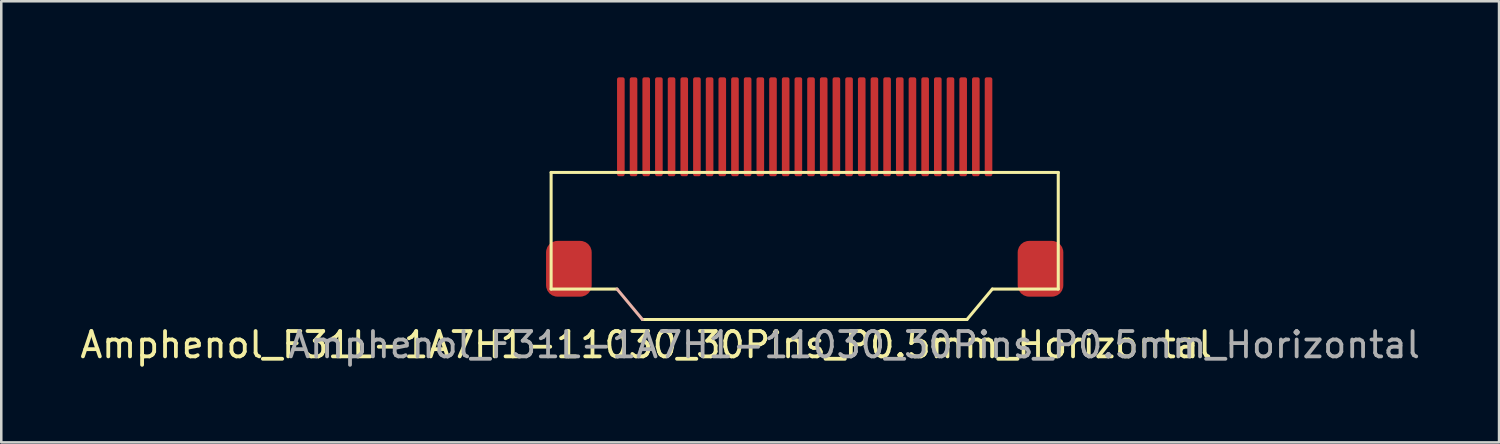
<source format=kicad_pcb>
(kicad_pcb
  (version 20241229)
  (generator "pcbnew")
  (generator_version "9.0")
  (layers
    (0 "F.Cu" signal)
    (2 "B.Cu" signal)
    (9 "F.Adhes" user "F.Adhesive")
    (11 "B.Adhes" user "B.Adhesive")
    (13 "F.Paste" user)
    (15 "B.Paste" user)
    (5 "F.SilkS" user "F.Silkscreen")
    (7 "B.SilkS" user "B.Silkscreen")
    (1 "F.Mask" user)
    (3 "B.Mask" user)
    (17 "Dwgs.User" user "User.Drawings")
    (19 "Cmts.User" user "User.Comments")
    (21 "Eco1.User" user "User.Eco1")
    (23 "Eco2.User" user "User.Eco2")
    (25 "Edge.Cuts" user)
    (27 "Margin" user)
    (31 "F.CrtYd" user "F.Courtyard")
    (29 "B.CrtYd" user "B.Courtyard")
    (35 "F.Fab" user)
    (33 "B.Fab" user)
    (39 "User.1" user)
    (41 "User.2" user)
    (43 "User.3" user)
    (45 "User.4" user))
  (footprint "Amphenol_F31L-1A7H1-11030_30Pins_P0.5mm_Horizontal"
    (layer "F.Cu")
    (at 28.685 6.85)
    (property "Reference" "Amphenol_F31L-1A7H1-11030_30Pins_P0.5mm_Horizontal" (at -6.25 3.7 0) (unlocked yes) (layer "F.SilkS") (effects (font (size 1 1) (thickness 0.15))))
    (attr smd)
    (fp_line (start -10 1.5) (end -10 -3.1) (stroke (width 0.12) (type default)) (layer "F.SilkS"))
    (fp_line (start -10 1.5) (end -7.4 1.5) (stroke (width 0.12) (type default)) (layer "F.SilkS"))
    (fp_line (start -6.4 2.7) (end 6.4 2.7) (stroke (width 0.12) (type default)) (layer "F.SilkS"))
    (fp_line (start 7.4 1.5) (end 6.4 2.7) (stroke (width 0.12) (type default)) (layer "F.SilkS"))
    (fp_line (start 7.4 1.5) (end 10 1.5) (stroke (width 0.12) (type default)) (layer "F.SilkS"))
    (fp_line (start 10 -3.1) (end -10 -3.1) (stroke (width 0.12) (type default)) (layer "F.SilkS"))
    (fp_line (start 10 1.5) (end 10 -3.1) (stroke (width 0.12) (type default)) (layer "F.SilkS"))
    (fp_line (start -7.4 1.5) (end -6.4 2.7) (stroke (width 0.12) (type default)) (layer "B.SilkS"))
    (fp_text user "${REFERENCE}" (at 1.95 3.7 0) (unlocked yes) (layer "F.Fab") (effects (font (size 1 1) (thickness 0.15))))
    (pad "" smd roundrect (at -9.3 0.7) (size 1.8 2.2) (layers "F.Cu" "F.Mask" "F.Paste") (roundrect_rratio 0.25))
    (pad "" smd roundrect (at 9.3 0.7) (size 1.8 2.2) (layers "F.Cu" "F.Mask" "F.Paste") (roundrect_rratio 0.25))
    (pad "1" smd roundrect (at -7.25 -4.9) (size 0.3 3.9) (layers "F.Cu" "F.Mask" "F.Paste") (roundrect_rratio 0.25))
    (pad "2" smd roundrect (at -6.75 -4.9) (size 0.3 3.9) (layers "F.Cu" "F.Mask" "F.Paste") (roundrect_rratio 0.25))
    (pad "3" smd roundrect (at -6.25 -4.9) (size 0.3 3.9) (layers "F.Cu" "F.Mask" "F.Paste") (roundrect_rratio 0.25))
    (pad "4" smd roundrect (at -5.75 -4.9) (size 0.3 3.9) (layers "F.Cu" "F.Mask" "F.Paste") (roundrect_rratio 0.25))
    (pad "5" smd roundrect (at -5.25 -4.9) (size 0.3 3.9) (layers "F.Cu" "F.Mask" "F.Paste") (roundrect_rratio 0.25))
    (pad "6" smd roundrect (at -4.75 -4.9) (size 0.3 3.9) (layers "F.Cu" "F.Mask" "F.Paste") (roundrect_rratio 0.25))
    (pad "7" smd roundrect (at -4.25 -4.9) (size 0.3 3.9) (layers "F.Cu" "F.Mask" "F.Paste") (roundrect_rratio 0.25))
    (pad "8" smd roundrect (at -3.75 -4.9) (size 0.3 3.9) (layers "F.Cu" "F.Mask" "F.Paste") (roundrect_rratio 0.25))
    (pad "9" smd roundrect (at -3.25 -4.9) (size 0.3 3.9) (layers "F.Cu" "F.Mask" "F.Paste") (roundrect_rratio 0.25))
    (pad "10" smd roundrect (at -2.75 -4.9) (size 0.3 3.9) (layers "F.Cu" "F.Mask" "F.Paste") (roundrect_rratio 0.25))
    (pad "11" smd roundrect (at -2.25 -4.9) (size 0.3 3.9) (layers "F.Cu" "F.Mask" "F.Paste") (roundrect_rratio 0.25))
    (pad "12" smd roundrect (at -1.75 -4.9) (size 0.3 3.9) (layers "F.Cu" "F.Mask" "F.Paste") (roundrect_rratio 0.25))
    (pad "13" smd roundrect (at -1.25 -4.9) (size 0.3 3.9) (layers "F.Cu" "F.Mask" "F.Paste") (roundrect_rratio 0.25))
    (pad "14" smd roundrect (at -0.75 -4.9) (size 0.3 3.9) (layers "F.Cu" "F.Mask" "F.Paste") (roundrect_rratio 0.25))
    (pad "15" smd roundrect (at -0.25 -4.9) (size 0.3 3.9) (layers "F.Cu" "F.Mask" "F.Paste") (roundrect_rratio 0.25))
    (pad "16" smd roundrect (at 0.25 -4.9) (size 0.3 3.9) (layers "F.Cu" "F.Mask" "F.Paste") (roundrect_rratio 0.25))
    (pad "17" smd roundrect (at 0.75 -4.9) (size 0.3 3.9) (layers "F.Cu" "F.Mask" "F.Paste") (roundrect_rratio 0.25))
    (pad "18" smd roundrect (at 1.25 -4.9) (size 0.3 3.9) (layers "F.Cu" "F.Mask" "F.Paste") (roundrect_rratio 0.25))
    (pad "19" smd roundrect (at 1.75 -4.9) (size 0.3 3.9) (layers "F.Cu" "F.Mask" "F.Paste") (roundrect_rratio 0.25))
    (pad "20" smd roundrect (at 2.25 -4.9) (size 0.3 3.9) (layers "F.Cu" "F.Mask" "F.Paste") (roundrect_rratio 0.25))
    (pad "21" smd roundrect (at 2.75 -4.9) (size 0.3 3.9) (layers "F.Cu" "F.Mask" "F.Paste") (roundrect_rratio 0.25))
    (pad "22" smd roundrect (at 3.25 -4.9) (size 0.3 3.9) (layers "F.Cu" "F.Mask" "F.Paste") (roundrect_rratio 0.25))
    (pad "23" smd roundrect (at 3.75 -4.9) (size 0.3 3.9) (layers "F.Cu" "F.Mask" "F.Paste") (roundrect_rratio 0.25))
    (pad "24" smd roundrect (at 4.25 -4.9) (size 0.3 3.9) (layers "F.Cu" "F.Mask" "F.Paste") (roundrect_rratio 0.25))
    (pad "25" smd roundrect (at 4.75 -4.9) (size 0.3 3.9) (layers "F.Cu" "F.Mask" "F.Paste") (roundrect_rratio 0.25))
    (pad "26" smd roundrect (at 5.25 -4.9) (size 0.3 3.9) (layers "F.Cu" "F.Mask" "F.Paste") (roundrect_rratio 0.25))
    (pad "27" smd roundrect (at 5.75 -4.9) (size 0.3 3.9) (layers "F.Cu" "F.Mask" "F.Paste") (roundrect_rratio 0.25))
    (pad "28" smd roundrect (at 6.25 -4.9) (size 0.3 3.9) (layers "F.Cu" "F.Mask" "F.Paste") (roundrect_rratio 0.25))
    (pad "29" smd roundrect (at 6.75 -4.9) (size 0.3 3.9) (layers "F.Cu" "F.Mask" "F.Paste") (roundrect_rratio 0.25))
    (pad "30" smd roundrect (at 7.25 -4.9) (size 0.3 3.9) (layers "F.Cu" "F.Mask" "F.Paste") (roundrect_rratio 0.25)))
  (gr_rect
    (start -3 -3)
    (end 56.069 14.398)
    (stroke (width 0.1) (type default))
    (fill no)
    (layer "Edge.Cuts")))
</source>
